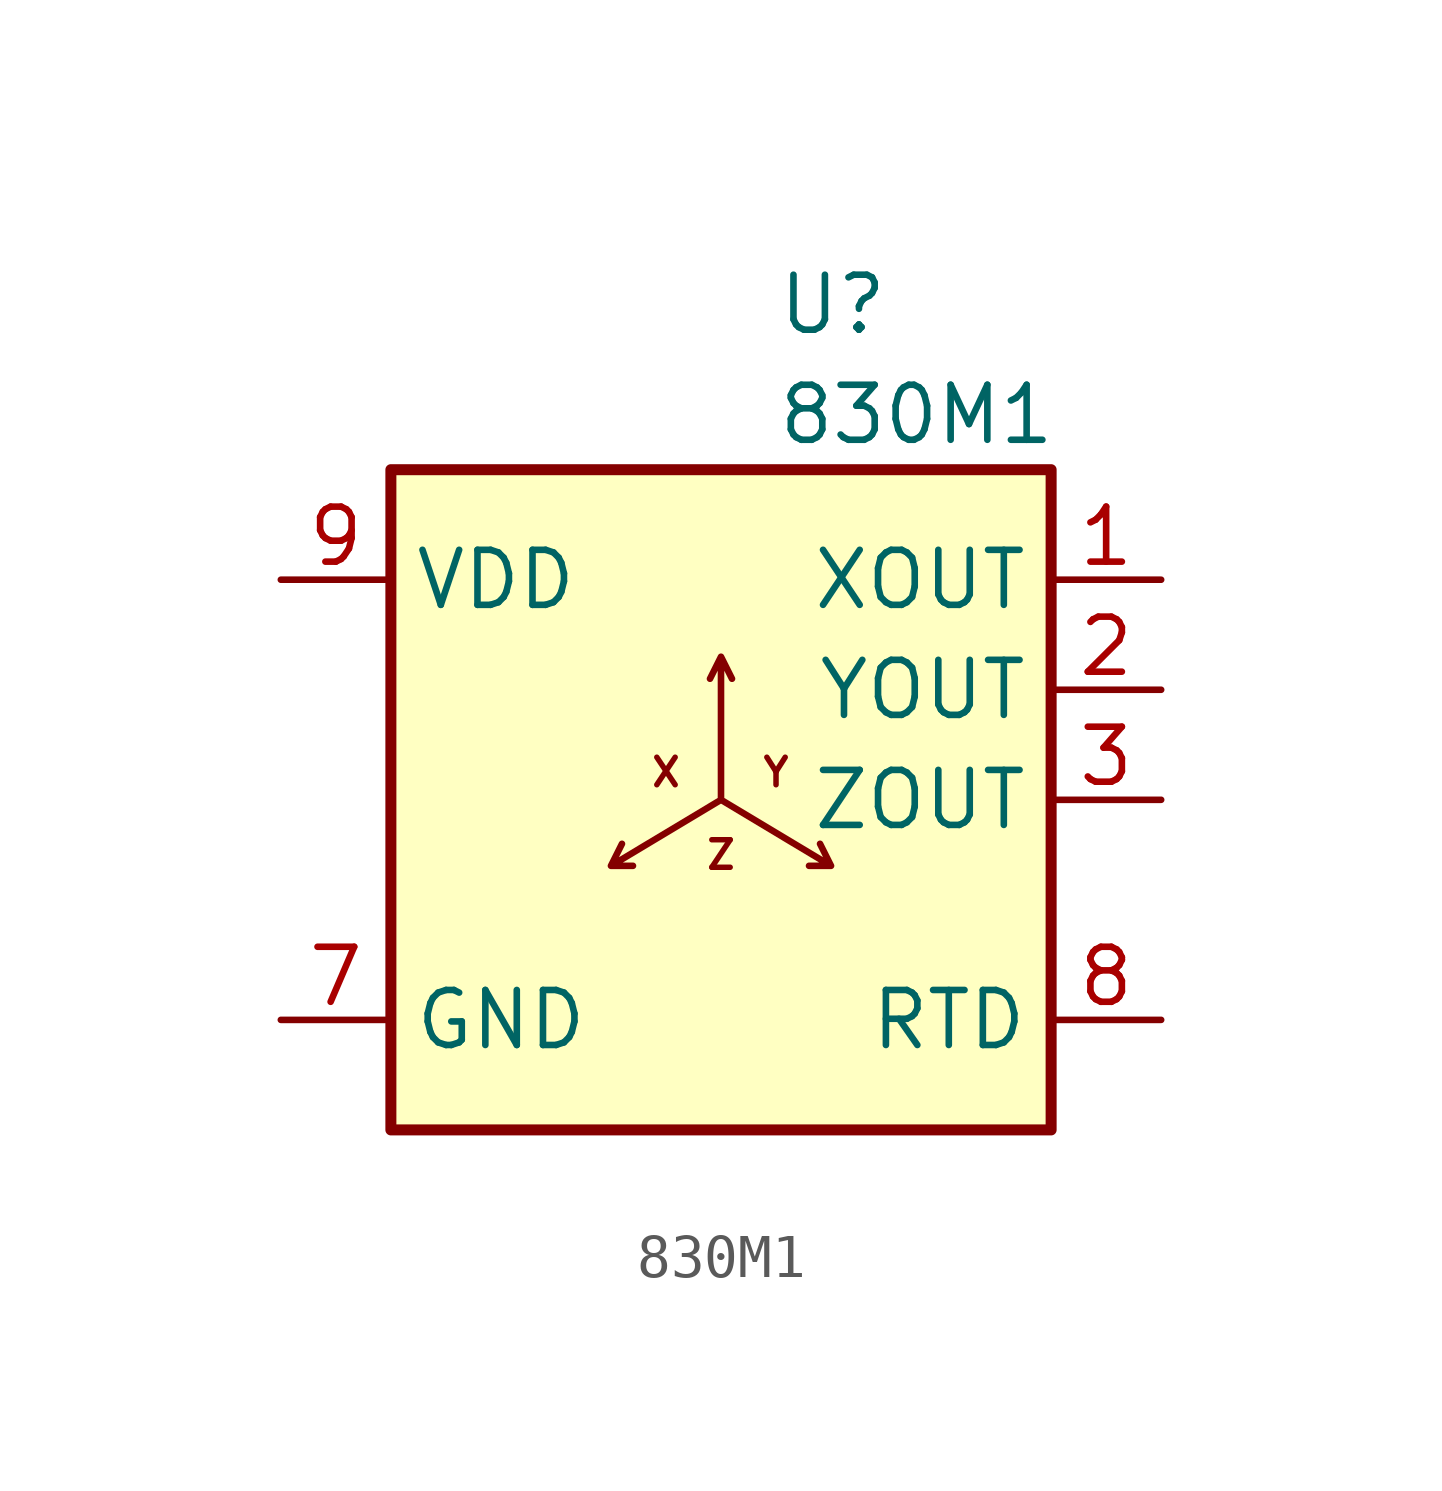
<source format=kicad_sym>
(kicad_symbol_lib
  (version 20220914)
  (generator kicad_symbol_editor)
  (symbol "830M1"
    (property "Reference" "U"
      (at 1.27 11.43 0)
      (effects (font (size 1.27 1.27)) (justify left)))
    (property "Value" "830M1"
      (at 1.27 8.89 0)
      (effects (font (size 1.27 1.27)) (justify left)))
    (symbol "830M1_0_0"
      (text "X" (at -1.27 0.635 0) (effects (font (size 0.635 0.635) bold)))
      (text "Y" (at 1.27 0.635 0) (effects (font (size 0.635 0.635) bold)))
      (text "Z" (at 0 -1.27 0) (effects (font (size 0.635 0.635) bold))))
    (symbol "830M1_0_1"
      (rectangle (start -7.62 7.62) (end 7.62 -7.62) (stroke (width 0.254) (type default)) (fill (type background)))
      (polyline (pts (xy 0 0) (xy 0 3.302) (xy 0.254 2.794) (xy 0 3.302) (xy -0.254 2.794) (xy 0 3.302) (xy 0 0) (xy 2.54 -1.524) (xy 2.286 -1.016) (xy 2.54 -1.524) (xy 2.032 -1.524) (xy 2.54 -1.524) (xy 0 0) (xy -2.54 -1.524) (xy -2.286 -1.016) (xy -2.54 -1.524) (xy -2.032 -1.524)) (stroke (width 0) (type default)) (fill (type none))))
    (symbol "830M1_1_1"
      (pin output line (at 10.16 5.08 180) (length 2.54) (name "XOUT" (effects (font (size 1.27 1.27)))) (number "1" (effects (font (size 1.27 1.27)))))
      (pin output line (at 10.16 2.54 180) (length 2.54) (name "YOUT" (effects (font (size 1.27 1.27)))) (number "2" (effects (font (size 1.27 1.27)))))
      (pin output line (at 10.16 0 180) (length 2.54) (name "ZOUT" (effects (font (size 1.27 1.27)))) (number "3" (effects (font (size 1.27 1.27)))))
      (pin power_in line (at -10.16 -5.08 0) (length 2.54) (name "GND" (effects (font (size 1.27 1.27)))) (number "7" (effects (font (size 1.27 1.27)))))
      (pin output line (at 10.16 -5.08 180) (length 2.54) (name "RTD" (effects (font (size 1.27 1.27)))) (number "8" (effects (font (size 1.27 1.27)))))
      (pin power_in line (at -10.16 5.08 0) (length 2.54) (name "VDD" (effects (font (size 1.27 1.27)))) (number "9" (effects (font (size 1.27 1.27))))))))
</source>
